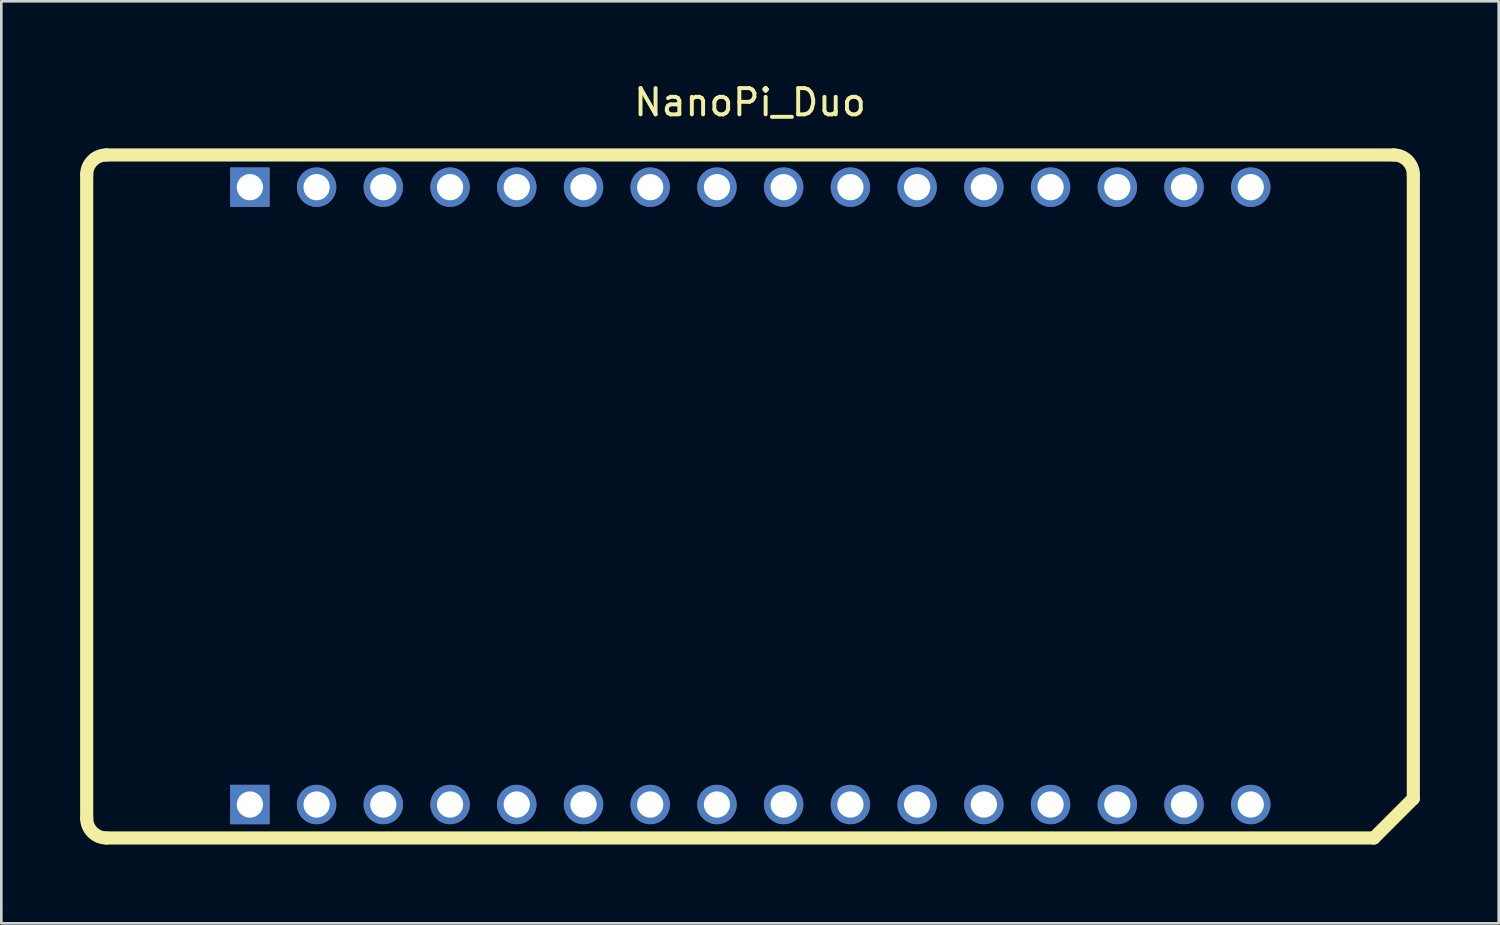
<source format=kicad_pcb>
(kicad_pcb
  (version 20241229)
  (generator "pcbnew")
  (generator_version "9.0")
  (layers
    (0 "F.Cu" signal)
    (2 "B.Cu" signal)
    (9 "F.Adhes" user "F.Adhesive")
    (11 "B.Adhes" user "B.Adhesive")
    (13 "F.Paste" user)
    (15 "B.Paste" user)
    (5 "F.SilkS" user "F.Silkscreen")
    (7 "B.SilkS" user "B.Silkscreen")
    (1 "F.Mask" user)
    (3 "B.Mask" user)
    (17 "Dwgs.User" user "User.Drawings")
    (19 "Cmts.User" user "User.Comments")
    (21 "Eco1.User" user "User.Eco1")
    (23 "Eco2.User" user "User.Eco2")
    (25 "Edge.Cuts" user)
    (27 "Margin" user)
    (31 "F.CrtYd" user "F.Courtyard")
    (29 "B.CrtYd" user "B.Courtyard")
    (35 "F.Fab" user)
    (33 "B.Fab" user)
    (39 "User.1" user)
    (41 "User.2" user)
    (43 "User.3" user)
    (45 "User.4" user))
  (footprint "NanoPi_Duo"
    (layer "F.Cu")
    (at 25.5 15.848)
    (property "Reference" "NanoPi_Duo" (at 0 -15 0) (layer "F.SilkS") (effects (font (size 1 1) (thickness 0.15))))
    (attr through_hole)
    (fp_line (start -25.25 -12.25) (end -25.25 12.25) (stroke (width 0.5) (type solid)) (layer "F.SilkS"))
    (fp_line (start -24.5 -13) (end 24.5 -13) (stroke (width 0.5) (type solid)) (layer "F.SilkS"))
    (fp_line (start -24.5 13) (end 23.75 13) (stroke (width 0.5) (type solid)) (layer "F.SilkS"))
    (fp_line (start 25.25 -12.25) (end 25.25 11.5) (stroke (width 0.5) (type solid)) (layer "F.SilkS"))
    (fp_line (start 25.25 11.5) (end 23.75 13) (stroke (width 0.5) (type solid)) (layer "F.SilkS"))
    (fp_arc (start -25.25 -12.25) (mid -25.03033 -12.78033) (end -24.5 -13) (stroke (width 0.5) (type solid)) (layer "F.SilkS"))
    (fp_arc (start -24.5 13) (mid -25.03033 12.78033) (end -25.25 12.25) (stroke (width 0.5) (type solid)) (layer "F.SilkS"))
    (fp_arc (start 24.5 -13) (mid 25.03033 -12.78033) (end 25.25 -12.25) (stroke (width 0.5) (type solid)) (layer "F.SilkS"))
    (pad "1" thru_hole circle (at 19.061 11.727 180) (size 1.5 1.5) (drill 1) (layers "*.Cu" "*.Mask"))
    (pad "2" thru_hole circle (at 16.521 11.727 180) (size 1.5 1.5) (drill 1) (layers "*.Cu" "*.Mask"))
    (pad "3" thru_hole circle (at 13.982 11.727 180) (size 1.5 1.5) (drill 1) (layers "*.Cu" "*.Mask"))
    (pad "4" thru_hole circle (at 11.441 11.727 180) (size 1.5 1.5) (drill 1) (layers "*.Cu" "*.Mask"))
    (pad "5" thru_hole circle (at 8.902 11.727 180) (size 1.5 1.5) (drill 1) (layers "*.Cu" "*.Mask"))
    (pad "6" thru_hole circle (at 6.362 11.727 180) (size 1.5 1.5) (drill 1) (layers "*.Cu" "*.Mask"))
    (pad "7" thru_hole circle (at 3.821 11.727 180) (size 1.5 1.5) (drill 1) (layers "*.Cu" "*.Mask"))
    (pad "8" thru_hole circle (at 1.282 11.727 180) (size 1.5 1.5) (drill 1) (layers "*.Cu" "*.Mask"))
    (pad "9" thru_hole circle (at -1.258 11.727 180) (size 1.5 1.5) (drill 1) (layers "*.Cu" "*.Mask"))
    (pad "10" thru_hole circle (at -3.799 11.727 180) (size 1.5 1.5) (drill 1) (layers "*.Cu" "*.Mask"))
    (pad "11" thru_hole circle (at -6.338 11.727 180) (size 1.5 1.5) (drill 1) (layers "*.Cu" "*.Mask"))
    (pad "12" thru_hole circle (at -8.879 11.727 180) (size 1.5 1.5) (drill 1) (layers "*.Cu" "*.Mask"))
    (pad "13" thru_hole circle (at -11.418 11.727 180) (size 1.5 1.5) (drill 1) (layers "*.Cu" "*.Mask"))
    (pad "14" thru_hole circle (at -13.959 11.727 180) (size 1.5 1.5) (drill 1) (layers "*.Cu" "*.Mask"))
    (pad "15" thru_hole circle (at -16.498 11.727 180) (size 1.5 1.5) (drill 1) (layers "*.Cu" "*.Mask"))
    (pad "16" thru_hole rect (at -19.038 11.727 180) (size 1.5 1.5) (drill 1) (layers "*.Cu" "*.Mask"))
    (pad "17" thru_hole rect (at -19.038 -11.773) (size 1.5 1.5) (drill 1) (layers "*.Cu" "*.Mask"))
    (pad "18" thru_hole circle (at -16.498 -11.773) (size 1.5 1.5) (drill 1) (layers "*.Cu" "*.Mask"))
    (pad "19" thru_hole circle (at -13.959 -11.773) (size 1.5 1.5) (drill 1) (layers "*.Cu" "*.Mask"))
    (pad "20" thru_hole circle (at -11.418 -11.773) (size 1.5 1.5) (drill 1) (layers "*.Cu" "*.Mask"))
    (pad "21" thru_hole circle (at -8.879 -11.773) (size 1.5 1.5) (drill 1) (layers "*.Cu" "*.Mask"))
    (pad "22" thru_hole circle (at -6.338 -11.773) (size 1.5 1.5) (drill 1) (layers "*.Cu" "*.Mask"))
    (pad "23" thru_hole circle (at -3.799 -11.773) (size 1.5 1.5) (drill 1) (layers "*.Cu" "*.Mask"))
    (pad "24" thru_hole circle (at -1.258 -11.773) (size 1.5 1.5) (drill 1) (layers "*.Cu" "*.Mask"))
    (pad "25" thru_hole circle (at 1.282 -11.773) (size 1.5 1.5) (drill 1) (layers "*.Cu" "*.Mask"))
    (pad "26" thru_hole circle (at 3.821 -11.773) (size 1.5 1.5) (drill 1) (layers "*.Cu" "*.Mask"))
    (pad "27" thru_hole circle (at 6.362 -11.773) (size 1.5 1.5) (drill 1) (layers "*.Cu" "*.Mask"))
    (pad "28" thru_hole circle (at 8.902 -11.773) (size 1.5 1.5) (drill 1) (layers "*.Cu" "*.Mask"))
    (pad "29" thru_hole circle (at 11.441 -11.773) (size 1.5 1.5) (drill 1) (layers "*.Cu" "*.Mask"))
    (pad "30" thru_hole circle (at 13.982 -11.773) (size 1.5 1.5) (drill 1) (layers "*.Cu" "*.Mask"))
    (pad "31" thru_hole circle (at 16.521 -11.773) (size 1.5 1.5) (drill 1) (layers "*.Cu" "*.Mask"))
    (pad "32" thru_hole circle (at 19.061 -11.773) (size 1.5 1.5) (drill 1) (layers "*.Cu" "*.Mask")))
  (gr_rect
    (start -3 -3)
    (end 54 32.098)
    (stroke (width 0.1) (type default))
    (fill no)
    (layer "Edge.Cuts")))
</source>
